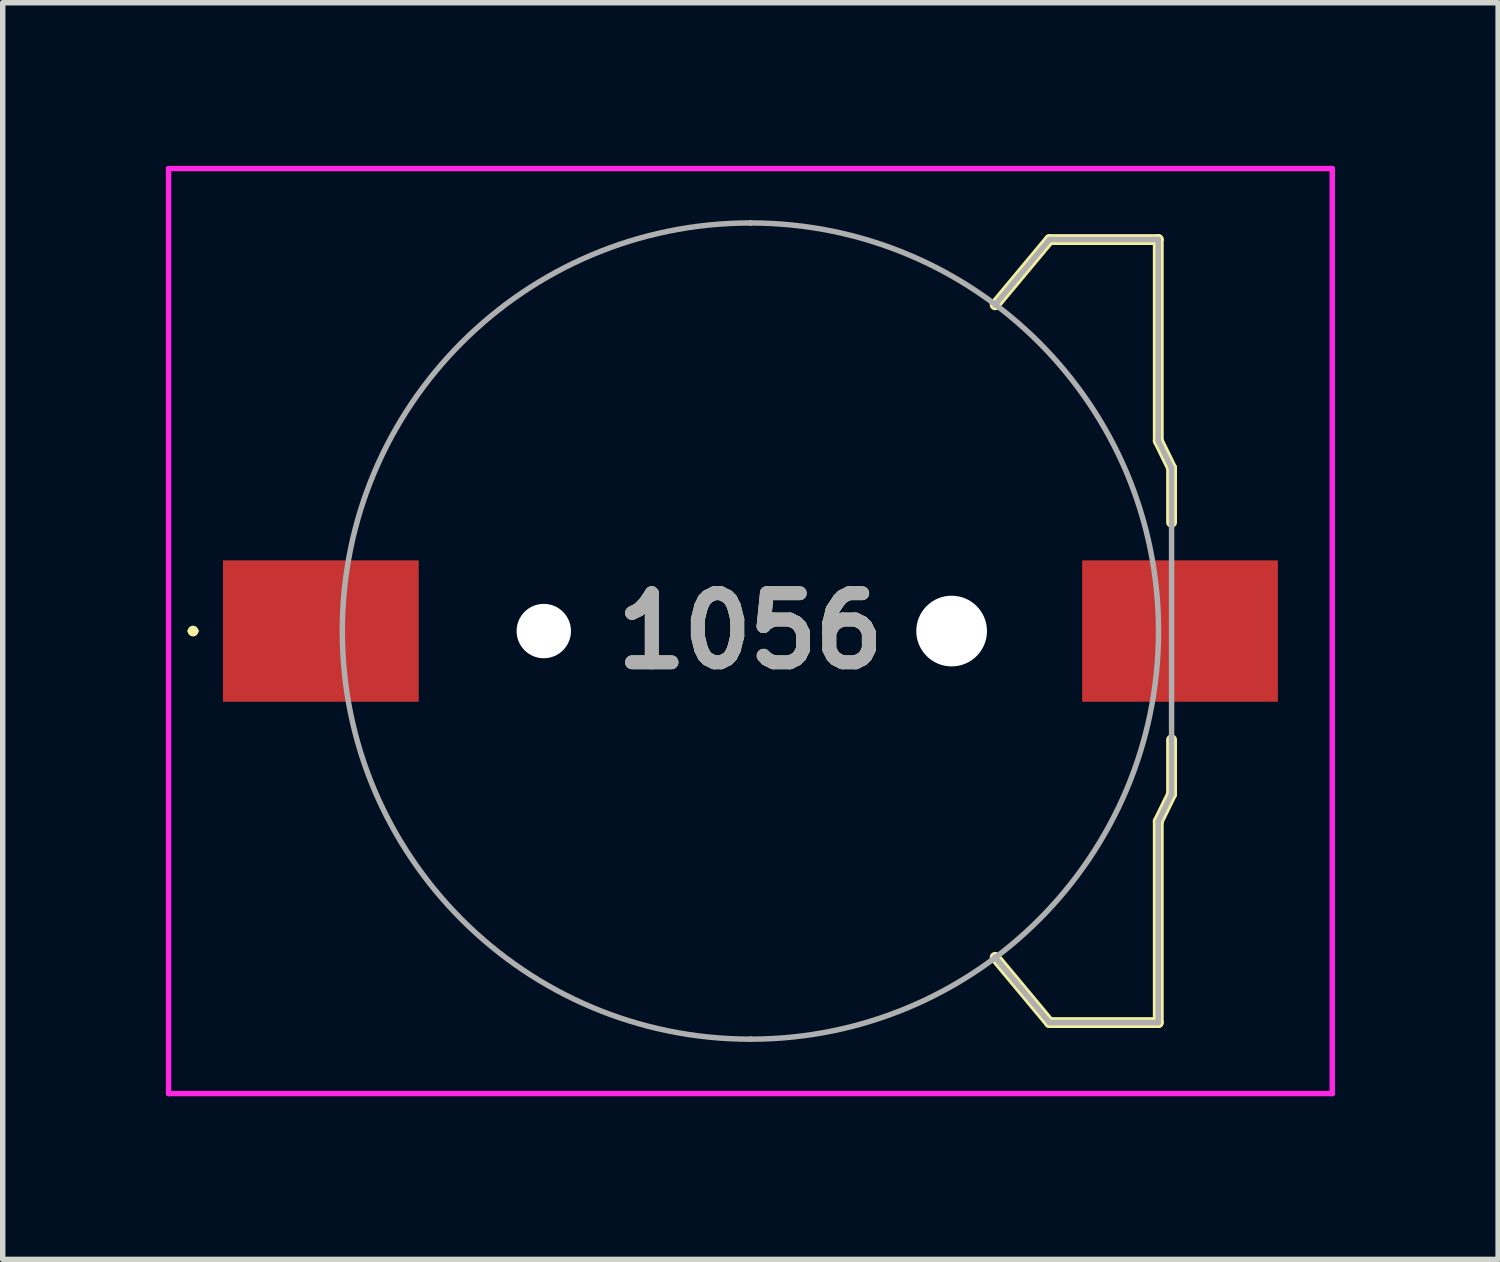
<source format=kicad_pcb>
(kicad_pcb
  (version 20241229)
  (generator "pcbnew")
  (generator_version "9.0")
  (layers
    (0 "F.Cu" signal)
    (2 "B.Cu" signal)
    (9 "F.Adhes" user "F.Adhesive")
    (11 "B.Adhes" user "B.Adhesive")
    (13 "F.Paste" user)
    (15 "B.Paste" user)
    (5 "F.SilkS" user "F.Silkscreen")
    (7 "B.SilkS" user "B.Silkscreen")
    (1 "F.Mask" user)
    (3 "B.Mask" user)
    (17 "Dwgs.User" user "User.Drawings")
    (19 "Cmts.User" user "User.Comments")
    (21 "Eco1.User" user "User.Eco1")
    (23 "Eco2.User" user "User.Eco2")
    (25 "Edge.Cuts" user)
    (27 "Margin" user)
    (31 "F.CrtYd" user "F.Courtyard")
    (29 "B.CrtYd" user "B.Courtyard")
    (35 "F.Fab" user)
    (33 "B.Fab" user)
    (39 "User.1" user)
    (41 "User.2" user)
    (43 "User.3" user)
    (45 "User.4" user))
  (footprint "1056"
    (layer "F.Cu")
    (at 10.75 8.555)
    (property "Reference" "1056" (at 0 0 0) (layer "F.SilkS") (effects (font (size 1.27 1.27) (thickness 0.254))))
    (attr through_hole)
    (fp_line (start -10.3 0) (end -10.3 0) (stroke (width 0.1) (type solid)) (layer "F.SilkS"))
    (fp_line (start -10.2 0) (end -10.2 0) (stroke (width 0.1) (type solid)) (layer "F.SilkS"))
    (fp_line (start 4.5 -6) (end 5.5 -7.2) (stroke (width 0.2) (type solid)) (layer "F.SilkS"))
    (fp_line (start 5.5 -7.2) (end 7.5 -7.2) (stroke (width 0.2) (type solid)) (layer "F.SilkS"))
    (fp_line (start 5.5 7.2) (end 4.5 6) (stroke (width 0.2) (type solid)) (layer "F.SilkS"))
    (fp_line (start 7.5 -7.2) (end 7.5 -3.5) (stroke (width 0.2) (type solid)) (layer "F.SilkS"))
    (fp_line (start 7.5 -3.5) (end 7.745 -3) (stroke (width 0.2) (type solid)) (layer "F.SilkS"))
    (fp_line (start 7.5 3.5) (end 7.5 7.2) (stroke (width 0.2) (type solid)) (layer "F.SilkS"))
    (fp_line (start 7.5 7.2) (end 5.5 7.2) (stroke (width 0.2) (type solid)) (layer "F.SilkS"))
    (fp_line (start 7.745 -3) (end 7.745 -2) (stroke (width 0.2) (type solid)) (layer "F.SilkS"))
    (fp_line (start 7.745 2) (end 7.745 3) (stroke (width 0.2) (type solid)) (layer "F.SilkS"))
    (fp_line (start 7.745 3) (end 7.5 3.5) (stroke (width 0.2) (type solid)) (layer "F.SilkS"))
    (fp_arc (start -10.3 0) (mid -10.25 -0.05) (end -10.2 0) (stroke (width 0.1) (type solid)) (layer "F.SilkS"))
    (fp_arc (start -10.2 0) (mid -10.25 0.05) (end -10.3 0) (stroke (width 0.1) (type solid)) (layer "F.SilkS"))
    (fp_line (start -10.7 -8.505) (end 10.7 -8.505) (stroke (width 0.1) (type solid)) (layer "F.CrtYd"))
    (fp_line (start -10.7 8.505) (end -10.7 -8.505) (stroke (width 0.1) (type solid)) (layer "F.CrtYd"))
    (fp_line (start 10.7 -8.505) (end 10.7 8.505) (stroke (width 0.1) (type solid)) (layer "F.CrtYd"))
    (fp_line (start 10.7 8.505) (end -10.7 8.505) (stroke (width 0.1) (type solid)) (layer "F.CrtYd"))
    (fp_line (start 0 -7.505) (end 0 -7.505) (stroke (width 0.1) (type solid)) (layer "F.Fab"))
    (fp_line (start 0 7.505) (end 0 7.505) (stroke (width 0.1) (type solid)) (layer "F.Fab"))
    (fp_line (start 4.5 -6) (end 5.5 -7.2) (stroke (width 0.1) (type solid)) (layer "F.Fab"))
    (fp_line (start 5.5 -7.2) (end 7.5 -7.2) (stroke (width 0.1) (type solid)) (layer "F.Fab"))
    (fp_line (start 5.5 7.2) (end 4.5 6) (stroke (width 0.1) (type solid)) (layer "F.Fab"))
    (fp_line (start 7.5 -7.2) (end 7.5 -3.5) (stroke (width 0.1) (type solid)) (layer "F.Fab"))
    (fp_line (start 7.5 -3.5) (end 7.745 -3) (stroke (width 0.1) (type solid)) (layer "F.Fab"))
    (fp_line (start 7.5 3.5) (end 7.5 7.2) (stroke (width 0.1) (type solid)) (layer "F.Fab"))
    (fp_line (start 7.5 7.2) (end 5.5 7.2) (stroke (width 0.1) (type solid)) (layer "F.Fab"))
    (fp_line (start 7.745 -3) (end 7.745 3) (stroke (width 0.1) (type solid)) (layer "F.Fab"))
    (fp_line (start 7.745 3) (end 7.5 3.5) (stroke (width 0.1) (type solid)) (layer "F.Fab"))
    (fp_arc (start 0 -7.505) (mid 7.505 0) (end 0 7.505) (stroke (width 0.1) (type solid)) (layer "F.Fab"))
    (fp_arc (start 0 7.505) (mid -7.505 0) (end 0 -7.505) (stroke (width 0.1) (type solid)) (layer "F.Fab"))
    (fp_text user "${REFERENCE}" (at 0 0 0) (layer "F.Fab") (effects (font (size 1.27 1.27) (thickness 0.254))))
    (pad "" np_thru_hole circle (at -3.8 0) (size 1 1) (drill 1) (layers "*.Cu" "*.Mask"))
    (pad "" np_thru_hole circle (at 3.7 0) (size 1.3 1.3) (drill 1.3) (layers "*.Cu" "*.Mask"))
    (pad "C1" smd rect (at -7.9 0 90) (size 2.6 3.6) (layers "F.Cu" "F.Mask" "F.Paste"))
    (pad "C2" smd rect (at 7.9 0 90) (size 2.6 3.6) (layers "F.Cu" "F.Mask" "F.Paste")))
  (gr_rect
    (start -3 -3)
    (end 24.5 20.11)
    (stroke (width 0.1) (type default))
    (fill no)
    (layer "Edge.Cuts")))
</source>
